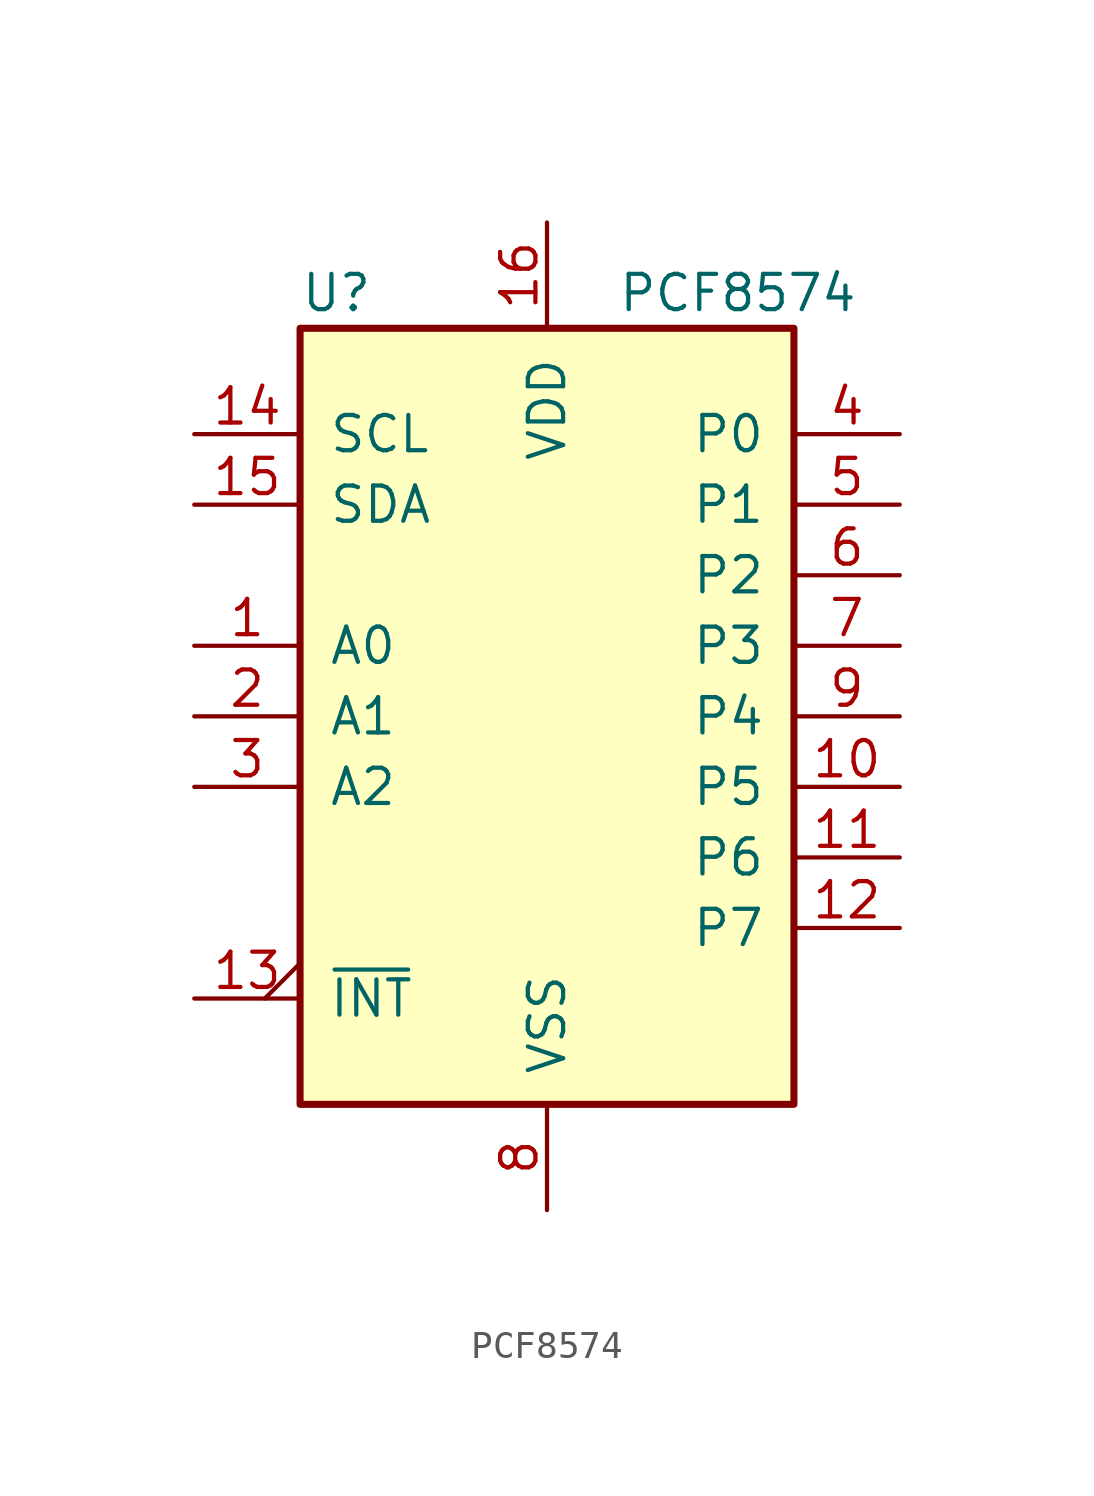
<source format=kicad_sym>
(kicad_symbol_lib
  (version 20211014)
  (generator kicad_symbol_editor)
  (symbol "PCF8574"
    (pin_names
      (offset 1.016))
    (property "Reference" "U"
      (at -8.89 15.24 0)
      (effects (font (size 1.27 1.27)) (justify left)))
    (property "Value" "PCF8574"
      (at 2.54 15.24 0)
      (effects (font (size 1.27 1.27)) (justify left)))
    (symbol "PCF8574_0_1"
      (rectangle (start -8.89 -13.97) (end 8.89 13.97) (stroke (width 0.254) (type default) (color 0 0 0 0)) (fill (type background))))
    (symbol "PCF8574_1_1"
      (pin input line (at -12.7 2.54 0) (length 3.81) (name "A0" (effects (font (size 1.27 1.27)))) (number "1" (effects (font (size 1.27 1.27)))))
      (pin bidirectional line (at 12.7 -2.54 180) (length 3.81) (name "P5" (effects (font (size 1.27 1.27)))) (number "10" (effects (font (size 1.27 1.27)))))
      (pin bidirectional line (at 12.7 -5.08 180) (length 3.81) (name "P6" (effects (font (size 1.27 1.27)))) (number "11" (effects (font (size 1.27 1.27)))))
      (pin bidirectional line (at 12.7 -7.62 180) (length 3.81) (name "P7" (effects (font (size 1.27 1.27)))) (number "12" (effects (font (size 1.27 1.27)))))
      (pin open_collector output_low (at -12.7 -10.16 0) (length 3.81) (name "~{INT}" (effects (font (size 1.27 1.27)))) (number "13" (effects (font (size 1.27 1.27)))))
      (pin input line (at -12.7 10.16 0) (length 3.81) (name "SCL" (effects (font (size 1.27 1.27)))) (number "14" (effects (font (size 1.27 1.27)))))
      (pin bidirectional line (at -12.7 7.62 0) (length 3.81) (name "SDA" (effects (font (size 1.27 1.27)))) (number "15" (effects (font (size 1.27 1.27)))))
      (pin power_in line (at 0 17.78 270) (length 3.81) (name "VDD" (effects (font (size 1.27 1.27)))) (number "16" (effects (font (size 1.27 1.27)))))
      (pin input line (at -12.7 0 0) (length 3.81) (name "A1" (effects (font (size 1.27 1.27)))) (number "2" (effects (font (size 1.27 1.27)))))
      (pin input line (at -12.7 -2.54 0) (length 3.81) (name "A2" (effects (font (size 1.27 1.27)))) (number "3" (effects (font (size 1.27 1.27)))))
      (pin bidirectional line (at 12.7 10.16 180) (length 3.81) (name "P0" (effects (font (size 1.27 1.27)))) (number "4" (effects (font (size 1.27 1.27)))))
      (pin bidirectional line (at 12.7 7.62 180) (length 3.81) (name "P1" (effects (font (size 1.27 1.27)))) (number "5" (effects (font (size 1.27 1.27)))))
      (pin bidirectional line (at 12.7 5.08 180) (length 3.81) (name "P2" (effects (font (size 1.27 1.27)))) (number "6" (effects (font (size 1.27 1.27)))))
      (pin bidirectional line (at 12.7 2.54 180) (length 3.81) (name "P3" (effects (font (size 1.27 1.27)))) (number "7" (effects (font (size 1.27 1.27)))))
      (pin power_in line (at 0 -17.78 90) (length 3.81) (name "VSS" (effects (font (size 1.27 1.27)))) (number "8" (effects (font (size 1.27 1.27)))))
      (pin bidirectional line (at 12.7 0 180) (length 3.81) (name "P4" (effects (font (size 1.27 1.27)))) (number "9" (effects (font (size 1.27 1.27))))))))
</source>
